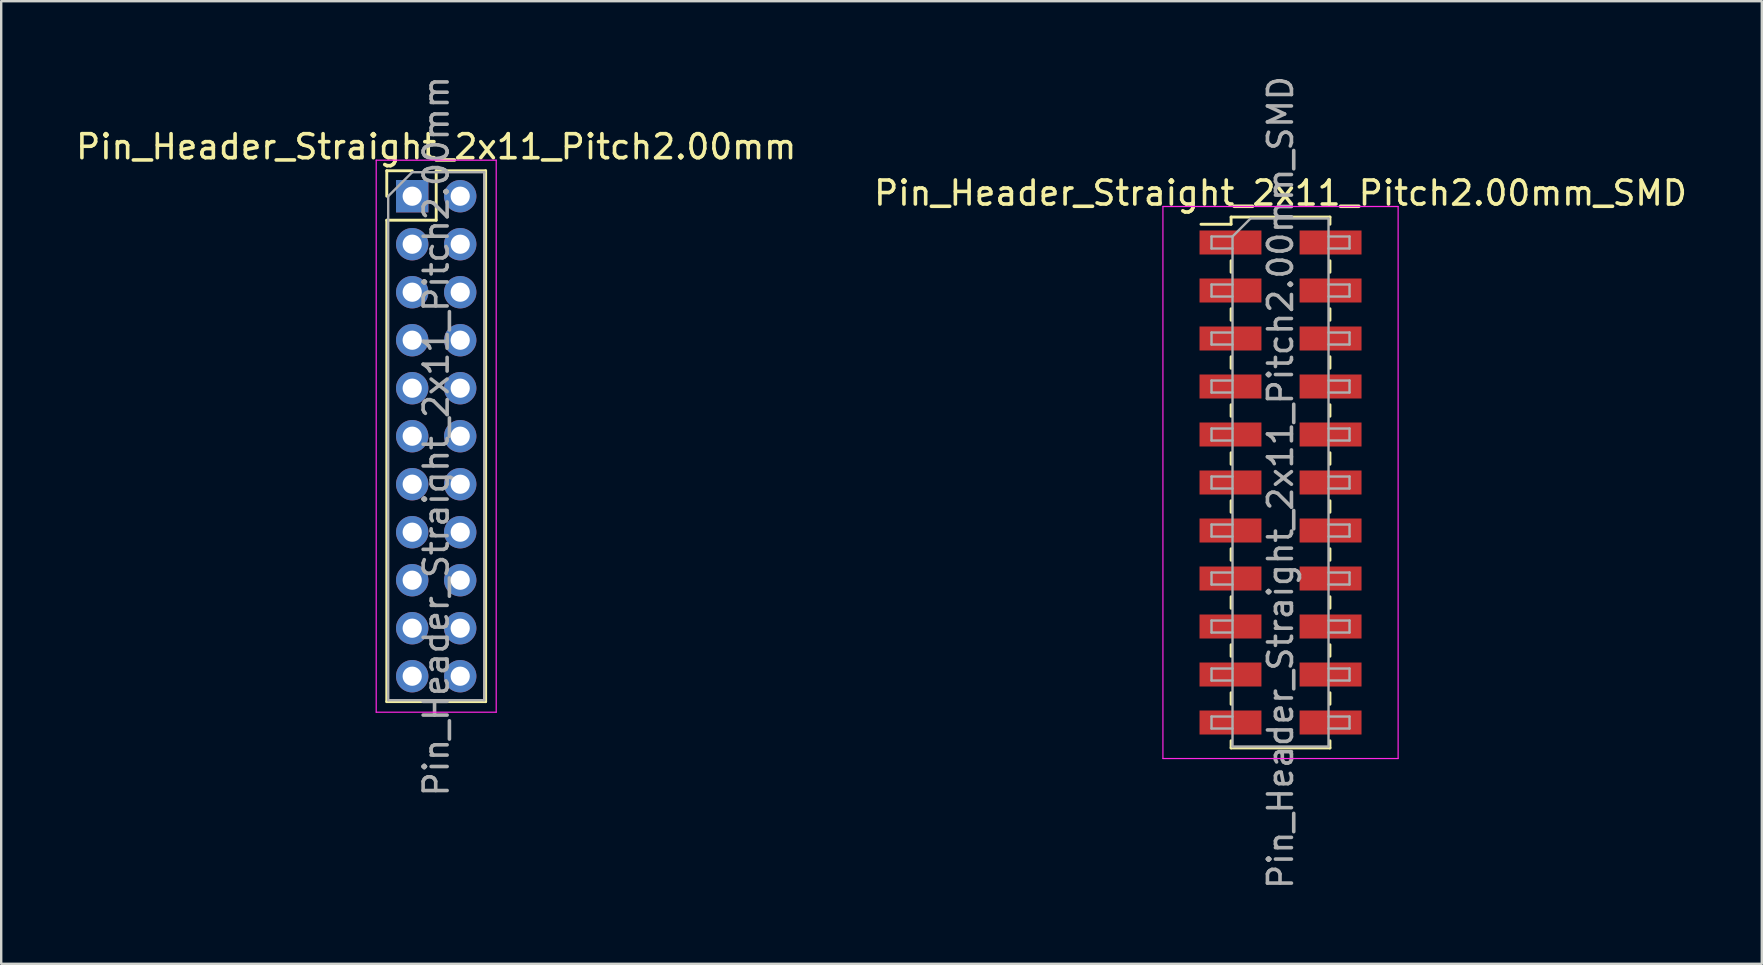
<source format=kicad_pcb>
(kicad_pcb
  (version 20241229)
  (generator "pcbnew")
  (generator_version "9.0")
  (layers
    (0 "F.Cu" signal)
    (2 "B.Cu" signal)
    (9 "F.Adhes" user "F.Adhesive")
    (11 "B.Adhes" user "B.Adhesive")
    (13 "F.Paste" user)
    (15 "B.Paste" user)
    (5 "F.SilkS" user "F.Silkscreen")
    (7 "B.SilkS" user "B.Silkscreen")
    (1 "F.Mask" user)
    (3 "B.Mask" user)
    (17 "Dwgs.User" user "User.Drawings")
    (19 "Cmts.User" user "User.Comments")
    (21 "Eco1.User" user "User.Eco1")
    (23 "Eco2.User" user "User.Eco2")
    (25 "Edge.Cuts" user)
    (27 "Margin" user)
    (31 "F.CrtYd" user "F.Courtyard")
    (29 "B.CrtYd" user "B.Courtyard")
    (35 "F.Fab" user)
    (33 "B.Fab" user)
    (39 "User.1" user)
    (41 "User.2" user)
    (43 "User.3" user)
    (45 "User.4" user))
  (footprint "Pin_Header_Straight_2x11_Pitch2.00mm_SMD"
    (layer "F.Cu")
    (at 50.304 17.054)
    (property "Reference" "Pin_Header_Straight_2x11_Pitch2.00mm_SMD" (at 0 -12.06 0) (layer "F.SilkS") (effects (font (size 1 1) (thickness 0.15))))
    (attr smd)
    (fp_line (start -3.315 -10.76) (end -2.06 -10.76) (stroke (width 0.12) (type solid)) (layer "F.SilkS"))
    (fp_line (start -2.06 -11.06) (end -2.06 -10.76) (stroke (width 0.12) (type solid)) (layer "F.SilkS"))
    (fp_line (start -2.06 -11.06) (end 2.06 -11.06) (stroke (width 0.12) (type solid)) (layer "F.SilkS"))
    (fp_line (start -2.06 -9.24) (end -2.06 -8.76) (stroke (width 0.12) (type solid)) (layer "F.SilkS"))
    (fp_line (start -2.06 -7.24) (end -2.06 -6.76) (stroke (width 0.12) (type solid)) (layer "F.SilkS"))
    (fp_line (start -2.06 -5.24) (end -2.06 -4.76) (stroke (width 0.12) (type solid)) (layer "F.SilkS"))
    (fp_line (start -2.06 -3.24) (end -2.06 -2.76) (stroke (width 0.12) (type solid)) (layer "F.SilkS"))
    (fp_line (start -2.06 -1.24) (end -2.06 -0.76) (stroke (width 0.12) (type solid)) (layer "F.SilkS"))
    (fp_line (start -2.06 0.76) (end -2.06 1.24) (stroke (width 0.12) (type solid)) (layer "F.SilkS"))
    (fp_line (start -2.06 2.76) (end -2.06 3.24) (stroke (width 0.12) (type solid)) (layer "F.SilkS"))
    (fp_line (start -2.06 4.76) (end -2.06 5.24) (stroke (width 0.12) (type solid)) (layer "F.SilkS"))
    (fp_line (start -2.06 6.76) (end -2.06 7.24) (stroke (width 0.12) (type solid)) (layer "F.SilkS"))
    (fp_line (start -2.06 8.76) (end -2.06 9.24) (stroke (width 0.12) (type solid)) (layer "F.SilkS"))
    (fp_line (start -2.06 10.76) (end -2.06 11.06) (stroke (width 0.12) (type solid)) (layer "F.SilkS"))
    (fp_line (start -2.06 11.06) (end 2.06 11.06) (stroke (width 0.12) (type solid)) (layer "F.SilkS"))
    (fp_line (start 2.06 -11.06) (end 2.06 -10.76) (stroke (width 0.12) (type solid)) (layer "F.SilkS"))
    (fp_line (start 2.06 -9.24) (end 2.06 -8.76) (stroke (width 0.12) (type solid)) (layer "F.SilkS"))
    (fp_line (start 2.06 -7.24) (end 2.06 -6.76) (stroke (width 0.12) (type solid)) (layer "F.SilkS"))
    (fp_line (start 2.06 -5.24) (end 2.06 -4.76) (stroke (width 0.12) (type solid)) (layer "F.SilkS"))
    (fp_line (start 2.06 -3.24) (end 2.06 -2.76) (stroke (width 0.12) (type solid)) (layer "F.SilkS"))
    (fp_line (start 2.06 -1.24) (end 2.06 -0.76) (stroke (width 0.12) (type solid)) (layer "F.SilkS"))
    (fp_line (start 2.06 0.76) (end 2.06 1.24) (stroke (width 0.12) (type solid)) (layer "F.SilkS"))
    (fp_line (start 2.06 2.76) (end 2.06 3.24) (stroke (width 0.12) (type solid)) (layer "F.SilkS"))
    (fp_line (start 2.06 4.76) (end 2.06 5.24) (stroke (width 0.12) (type solid)) (layer "F.SilkS"))
    (fp_line (start 2.06 6.76) (end 2.06 7.24) (stroke (width 0.12) (type solid)) (layer "F.SilkS"))
    (fp_line (start 2.06 8.76) (end 2.06 9.24) (stroke (width 0.12) (type solid)) (layer "F.SilkS"))
    (fp_line (start 2.06 10.76) (end 2.06 11.06) (stroke (width 0.12) (type solid)) (layer "F.SilkS"))
    (fp_line (start -4.9 -11.5) (end -4.9 11.5) (stroke (width 0.05) (type solid)) (layer "F.CrtYd"))
    (fp_line (start -4.9 11.5) (end 4.9 11.5) (stroke (width 0.05) (type solid)) (layer "F.CrtYd"))
    (fp_line (start 4.9 -11.5) (end -4.9 -11.5) (stroke (width 0.05) (type solid)) (layer "F.CrtYd"))
    (fp_line (start 4.9 11.5) (end 4.9 -11.5) (stroke (width 0.05) (type solid)) (layer "F.CrtYd"))
    (fp_line (start -2.875 -10.25) (end -2.875 -9.75) (stroke (width 0.1) (type solid)) (layer "F.Fab"))
    (fp_line (start -2.875 -9.75) (end -2 -9.75) (stroke (width 0.1) (type solid)) (layer "F.Fab"))
    (fp_line (start -2.875 -8.25) (end -2.875 -7.75) (stroke (width 0.1) (type solid)) (layer "F.Fab"))
    (fp_line (start -2.875 -7.75) (end -2 -7.75) (stroke (width 0.1) (type solid)) (layer "F.Fab"))
    (fp_line (start -2.875 -6.25) (end -2.875 -5.75) (stroke (width 0.1) (type solid)) (layer "F.Fab"))
    (fp_line (start -2.875 -5.75) (end -2 -5.75) (stroke (width 0.1) (type solid)) (layer "F.Fab"))
    (fp_line (start -2.875 -4.25) (end -2.875 -3.75) (stroke (width 0.1) (type solid)) (layer "F.Fab"))
    (fp_line (start -2.875 -3.75) (end -2 -3.75) (stroke (width 0.1) (type solid)) (layer "F.Fab"))
    (fp_line (start -2.875 -2.25) (end -2.875 -1.75) (stroke (width 0.1) (type solid)) (layer "F.Fab"))
    (fp_line (start -2.875 -1.75) (end -2 -1.75) (stroke (width 0.1) (type solid)) (layer "F.Fab"))
    (fp_line (start -2.875 -0.25) (end -2.875 0.25) (stroke (width 0.1) (type solid)) (layer "F.Fab"))
    (fp_line (start -2.875 0.25) (end -2 0.25) (stroke (width 0.1) (type solid)) (layer "F.Fab"))
    (fp_line (start -2.875 1.75) (end -2.875 2.25) (stroke (width 0.1) (type solid)) (layer "F.Fab"))
    (fp_line (start -2.875 2.25) (end -2 2.25) (stroke (width 0.1) (type solid)) (layer "F.Fab"))
    (fp_line (start -2.875 3.75) (end -2.875 4.25) (stroke (width 0.1) (type solid)) (layer "F.Fab"))
    (fp_line (start -2.875 4.25) (end -2 4.25) (stroke (width 0.1) (type solid)) (layer "F.Fab"))
    (fp_line (start -2.875 5.75) (end -2.875 6.25) (stroke (width 0.1) (type solid)) (layer "F.Fab"))
    (fp_line (start -2.875 6.25) (end -2 6.25) (stroke (width 0.1) (type solid)) (layer "F.Fab"))
    (fp_line (start -2.875 7.75) (end -2.875 8.25) (stroke (width 0.1) (type solid)) (layer "F.Fab"))
    (fp_line (start -2.875 8.25) (end -2 8.25) (stroke (width 0.1) (type solid)) (layer "F.Fab"))
    (fp_line (start -2.875 9.75) (end -2.875 10.25) (stroke (width 0.1) (type solid)) (layer "F.Fab"))
    (fp_line (start -2.875 10.25) (end -2 10.25) (stroke (width 0.1) (type solid)) (layer "F.Fab"))
    (fp_line (start -2 -10.25) (end -2.875 -10.25) (stroke (width 0.1) (type solid)) (layer "F.Fab"))
    (fp_line (start -2 -10.25) (end -1.25 -11) (stroke (width 0.1) (type solid)) (layer "F.Fab"))
    (fp_line (start -2 -8.25) (end -2.875 -8.25) (stroke (width 0.1) (type solid)) (layer "F.Fab"))
    (fp_line (start -2 -6.25) (end -2.875 -6.25) (stroke (width 0.1) (type solid)) (layer "F.Fab"))
    (fp_line (start -2 -4.25) (end -2.875 -4.25) (stroke (width 0.1) (type solid)) (layer "F.Fab"))
    (fp_line (start -2 -2.25) (end -2.875 -2.25) (stroke (width 0.1) (type solid)) (layer "F.Fab"))
    (fp_line (start -2 -0.25) (end -2.875 -0.25) (stroke (width 0.1) (type solid)) (layer "F.Fab"))
    (fp_line (start -2 1.75) (end -2.875 1.75) (stroke (width 0.1) (type solid)) (layer "F.Fab"))
    (fp_line (start -2 3.75) (end -2.875 3.75) (stroke (width 0.1) (type solid)) (layer "F.Fab"))
    (fp_line (start -2 5.75) (end -2.875 5.75) (stroke (width 0.1) (type solid)) (layer "F.Fab"))
    (fp_line (start -2 7.75) (end -2.875 7.75) (stroke (width 0.1) (type solid)) (layer "F.Fab"))
    (fp_line (start -2 9.75) (end -2.875 9.75) (stroke (width 0.1) (type solid)) (layer "F.Fab"))
    (fp_line (start -2 11) (end -2 -10.25) (stroke (width 0.1) (type solid)) (layer "F.Fab"))
    (fp_line (start -1.25 -11) (end 2 -11) (stroke (width 0.1) (type solid)) (layer "F.Fab"))
    (fp_line (start 2 -11) (end 2 11) (stroke (width 0.1) (type solid)) (layer "F.Fab"))
    (fp_line (start 2 -10.25) (end 2.875 -10.25) (stroke (width 0.1) (type solid)) (layer "F.Fab"))
    (fp_line (start 2 -8.25) (end 2.875 -8.25) (stroke (width 0.1) (type solid)) (layer "F.Fab"))
    (fp_line (start 2 -6.25) (end 2.875 -6.25) (stroke (width 0.1) (type solid)) (layer "F.Fab"))
    (fp_line (start 2 -4.25) (end 2.875 -4.25) (stroke (width 0.1) (type solid)) (layer "F.Fab"))
    (fp_line (start 2 -2.25) (end 2.875 -2.25) (stroke (width 0.1) (type solid)) (layer "F.Fab"))
    (fp_line (start 2 -0.25) (end 2.875 -0.25) (stroke (width 0.1) (type solid)) (layer "F.Fab"))
    (fp_line (start 2 1.75) (end 2.875 1.75) (stroke (width 0.1) (type solid)) (layer "F.Fab"))
    (fp_line (start 2 3.75) (end 2.875 3.75) (stroke (width 0.1) (type solid)) (layer "F.Fab"))
    (fp_line (start 2 5.75) (end 2.875 5.75) (stroke (width 0.1) (type solid)) (layer "F.Fab"))
    (fp_line (start 2 7.75) (end 2.875 7.75) (stroke (width 0.1) (type solid)) (layer "F.Fab"))
    (fp_line (start 2 9.75) (end 2.875 9.75) (stroke (width 0.1) (type solid)) (layer "F.Fab"))
    (fp_line (start 2 11) (end -2 11) (stroke (width 0.1) (type solid)) (layer "F.Fab"))
    (fp_line (start 2.875 -10.25) (end 2.875 -9.75) (stroke (width 0.1) (type solid)) (layer "F.Fab"))
    (fp_line (start 2.875 -9.75) (end 2 -9.75) (stroke (width 0.1) (type solid)) (layer "F.Fab"))
    (fp_line (start 2.875 -8.25) (end 2.875 -7.75) (stroke (width 0.1) (type solid)) (layer "F.Fab"))
    (fp_line (start 2.875 -7.75) (end 2 -7.75) (stroke (width 0.1) (type solid)) (layer "F.Fab"))
    (fp_line (start 2.875 -6.25) (end 2.875 -5.75) (stroke (width 0.1) (type solid)) (layer "F.Fab"))
    (fp_line (start 2.875 -5.75) (end 2 -5.75) (stroke (width 0.1) (type solid)) (layer "F.Fab"))
    (fp_line (start 2.875 -4.25) (end 2.875 -3.75) (stroke (width 0.1) (type solid)) (layer "F.Fab"))
    (fp_line (start 2.875 -3.75) (end 2 -3.75) (stroke (width 0.1) (type solid)) (layer "F.Fab"))
    (fp_line (start 2.875 -2.25) (end 2.875 -1.75) (stroke (width 0.1) (type solid)) (layer "F.Fab"))
    (fp_line (start 2.875 -1.75) (end 2 -1.75) (stroke (width 0.1) (type solid)) (layer "F.Fab"))
    (fp_line (start 2.875 -0.25) (end 2.875 0.25) (stroke (width 0.1) (type solid)) (layer "F.Fab"))
    (fp_line (start 2.875 0.25) (end 2 0.25) (stroke (width 0.1) (type solid)) (layer "F.Fab"))
    (fp_line (start 2.875 1.75) (end 2.875 2.25) (stroke (width 0.1) (type solid)) (layer "F.Fab"))
    (fp_line (start 2.875 2.25) (end 2 2.25) (stroke (width 0.1) (type solid)) (layer "F.Fab"))
    (fp_line (start 2.875 3.75) (end 2.875 4.25) (stroke (width 0.1) (type solid)) (layer "F.Fab"))
    (fp_line (start 2.875 4.25) (end 2 4.25) (stroke (width 0.1) (type solid)) (layer "F.Fab"))
    (fp_line (start 2.875 5.75) (end 2.875 6.25) (stroke (width 0.1) (type solid)) (layer "F.Fab"))
    (fp_line (start 2.875 6.25) (end 2 6.25) (stroke (width 0.1) (type solid)) (layer "F.Fab"))
    (fp_line (start 2.875 7.75) (end 2.875 8.25) (stroke (width 0.1) (type solid)) (layer "F.Fab"))
    (fp_line (start 2.875 8.25) (end 2 8.25) (stroke (width 0.1) (type solid)) (layer "F.Fab"))
    (fp_line (start 2.875 9.75) (end 2.875 10.25) (stroke (width 0.1) (type solid)) (layer "F.Fab"))
    (fp_line (start 2.875 10.25) (end 2 10.25) (stroke (width 0.1) (type solid)) (layer "F.Fab"))
    (fp_text user "${REFERENCE}" (at 0 0 90) (layer "F.Fab") (effects (font (size 1 1) (thickness 0.15))))
    (pad "1" smd rect (at -2.085 -10) (size 2.58 1) (layers "F.Cu" "F.Mask" "F.Paste"))
    (pad "2" smd rect (at 2.085 -10) (size 2.58 1) (layers "F.Cu" "F.Mask" "F.Paste"))
    (pad "3" smd rect (at -2.085 -8) (size 2.58 1) (layers "F.Cu" "F.Mask" "F.Paste"))
    (pad "4" smd rect (at 2.085 -8) (size 2.58 1) (layers "F.Cu" "F.Mask" "F.Paste"))
    (pad "5" smd rect (at -2.085 -6) (size 2.58 1) (layers "F.Cu" "F.Mask" "F.Paste"))
    (pad "6" smd rect (at 2.085 -6) (size 2.58 1) (layers "F.Cu" "F.Mask" "F.Paste"))
    (pad "7" smd rect (at -2.085 -4) (size 2.58 1) (layers "F.Cu" "F.Mask" "F.Paste"))
    (pad "8" smd rect (at 2.085 -4) (size 2.58 1) (layers "F.Cu" "F.Mask" "F.Paste"))
    (pad "9" smd rect (at -2.085 -2) (size 2.58 1) (layers "F.Cu" "F.Mask" "F.Paste"))
    (pad "10" smd rect (at 2.085 -2) (size 2.58 1) (layers "F.Cu" "F.Mask" "F.Paste"))
    (pad "11" smd rect (at -2.085 0) (size 2.58 1) (layers "F.Cu" "F.Mask" "F.Paste"))
    (pad "12" smd rect (at 2.085 0) (size 2.58 1) (layers "F.Cu" "F.Mask" "F.Paste"))
    (pad "13" smd rect (at -2.085 2) (size 2.58 1) (layers "F.Cu" "F.Mask" "F.Paste"))
    (pad "14" smd rect (at 2.085 2) (size 2.58 1) (layers "F.Cu" "F.Mask" "F.Paste"))
    (pad "15" smd rect (at -2.085 4) (size 2.58 1) (layers "F.Cu" "F.Mask" "F.Paste"))
    (pad "16" smd rect (at 2.085 4) (size 2.58 1) (layers "F.Cu" "F.Mask" "F.Paste"))
    (pad "17" smd rect (at -2.085 6) (size 2.58 1) (layers "F.Cu" "F.Mask" "F.Paste"))
    (pad "18" smd rect (at 2.085 6) (size 2.58 1) (layers "F.Cu" "F.Mask" "F.Paste"))
    (pad "19" smd rect (at -2.085 8) (size 2.58 1) (layers "F.Cu" "F.Mask" "F.Paste"))
    (pad "20" smd rect (at 2.085 8) (size 2.58 1) (layers "F.Cu" "F.Mask" "F.Paste"))
    (pad "21" smd rect (at -2.085 10) (size 2.58 1) (layers "F.Cu" "F.Mask" "F.Paste"))
    (pad "22" smd rect (at 2.085 10) (size 2.58 1) (layers "F.Cu" "F.Mask" "F.Paste")))
  (footprint "Pin_Header_Straight_2x11_Pitch2.00mm"
    (layer "F.Cu")
    (at 14.125 5.125)
    (property "Reference" "Pin_Header_Straight_2x11_Pitch2.00mm" (at 1 -2.06 0) (layer "F.SilkS") (effects (font (size 1 1) (thickness 0.15))))
    (attr through_hole)
    (fp_line (start -1.06 -1.06) (end 0 -1.06) (stroke (width 0.12) (type solid)) (layer "F.SilkS"))
    (fp_line (start -1.06 0) (end -1.06 -1.06) (stroke (width 0.12) (type solid)) (layer "F.SilkS"))
    (fp_line (start -1.06 1) (end -1.06 21.06) (stroke (width 0.12) (type solid)) (layer "F.SilkS"))
    (fp_line (start -1.06 1) (end 1 1) (stroke (width 0.12) (type solid)) (layer "F.SilkS"))
    (fp_line (start -1.06 21.06) (end 3.06 21.06) (stroke (width 0.12) (type solid)) (layer "F.SilkS"))
    (fp_line (start 1 -1.06) (end 3.06 -1.06) (stroke (width 0.12) (type solid)) (layer "F.SilkS"))
    (fp_line (start 1 1) (end 1 -1.06) (stroke (width 0.12) (type solid)) (layer "F.SilkS"))
    (fp_line (start 3.06 -1.06) (end 3.06 21.06) (stroke (width 0.12) (type solid)) (layer "F.SilkS"))
    (fp_line (start -1.5 -1.5) (end -1.5 21.5) (stroke (width 0.05) (type solid)) (layer "F.CrtYd"))
    (fp_line (start -1.5 21.5) (end 3.5 21.5) (stroke (width 0.05) (type solid)) (layer "F.CrtYd"))
    (fp_line (start 3.5 -1.5) (end -1.5 -1.5) (stroke (width 0.05) (type solid)) (layer "F.CrtYd"))
    (fp_line (start 3.5 21.5) (end 3.5 -1.5) (stroke (width 0.05) (type solid)) (layer "F.CrtYd"))
    (fp_line (start -1 0) (end 0 -1) (stroke (width 0.1) (type solid)) (layer "F.Fab"))
    (fp_line (start -1 21) (end -1 0) (stroke (width 0.1) (type solid)) (layer "F.Fab"))
    (fp_line (start 0 -1) (end 3 -1) (stroke (width 0.1) (type solid)) (layer "F.Fab"))
    (fp_line (start 3 -1) (end 3 21) (stroke (width 0.1) (type solid)) (layer "F.Fab"))
    (fp_line (start 3 21) (end -1 21) (stroke (width 0.1) (type solid)) (layer "F.Fab"))
    (fp_text user "${REFERENCE}" (at 1 10 90) (layer "F.Fab") (effects (font (size 1 1) (thickness 0.15))))
    (pad "1" thru_hole rect (at 0 0) (size 1.35 1.35) (drill 0.8) (layers "*.Cu" "*.Mask"))
    (pad "2" thru_hole oval (at 2 0) (size 1.35 1.35) (drill 0.8) (layers "*.Cu" "*.Mask"))
    (pad "3" thru_hole oval (at 0 2) (size 1.35 1.35) (drill 0.8) (layers "*.Cu" "*.Mask"))
    (pad "4" thru_hole oval (at 2 2) (size 1.35 1.35) (drill 0.8) (layers "*.Cu" "*.Mask"))
    (pad "5" thru_hole oval (at 0 4) (size 1.35 1.35) (drill 0.8) (layers "*.Cu" "*.Mask"))
    (pad "6" thru_hole oval (at 2 4) (size 1.35 1.35) (drill 0.8) (layers "*.Cu" "*.Mask"))
    (pad "7" thru_hole oval (at 0 6) (size 1.35 1.35) (drill 0.8) (layers "*.Cu" "*.Mask"))
    (pad "8" thru_hole oval (at 2 6) (size 1.35 1.35) (drill 0.8) (layers "*.Cu" "*.Mask"))
    (pad "9" thru_hole oval (at 0 8) (size 1.35 1.35) (drill 0.8) (layers "*.Cu" "*.Mask"))
    (pad "10" thru_hole oval (at 2 8) (size 1.35 1.35) (drill 0.8) (layers "*.Cu" "*.Mask"))
    (pad "11" thru_hole oval (at 0 10) (size 1.35 1.35) (drill 0.8) (layers "*.Cu" "*.Mask"))
    (pad "12" thru_hole oval (at 2 10) (size 1.35 1.35) (drill 0.8) (layers "*.Cu" "*.Mask"))
    (pad "13" thru_hole oval (at 0 12) (size 1.35 1.35) (drill 0.8) (layers "*.Cu" "*.Mask"))
    (pad "14" thru_hole oval (at 2 12) (size 1.35 1.35) (drill 0.8) (layers "*.Cu" "*.Mask"))
    (pad "15" thru_hole oval (at 0 14) (size 1.35 1.35) (drill 0.8) (layers "*.Cu" "*.Mask"))
    (pad "16" thru_hole oval (at 2 14) (size 1.35 1.35) (drill 0.8) (layers "*.Cu" "*.Mask"))
    (pad "17" thru_hole oval (at 0 16) (size 1.35 1.35) (drill 0.8) (layers "*.Cu" "*.Mask"))
    (pad "18" thru_hole oval (at 2 16) (size 1.35 1.35) (drill 0.8) (layers "*.Cu" "*.Mask"))
    (pad "19" thru_hole oval (at 0 18) (size 1.35 1.35) (drill 0.8) (layers "*.Cu" "*.Mask"))
    (pad "20" thru_hole oval (at 2 18) (size 1.35 1.35) (drill 0.8) (layers "*.Cu" "*.Mask"))
    (pad "21" thru_hole oval (at 0 20) (size 1.35 1.35) (drill 0.8) (layers "*.Cu" "*.Mask"))
    (pad "22" thru_hole oval (at 2 20) (size 1.35 1.35) (drill 0.8) (layers "*.Cu" "*.Mask")))
  (gr_rect
    (start -3 -3)
    (end 70.357 37.107)
    (stroke (width 0.1) (type default))
    (fill no)
    (layer "Edge.Cuts")))
</source>
